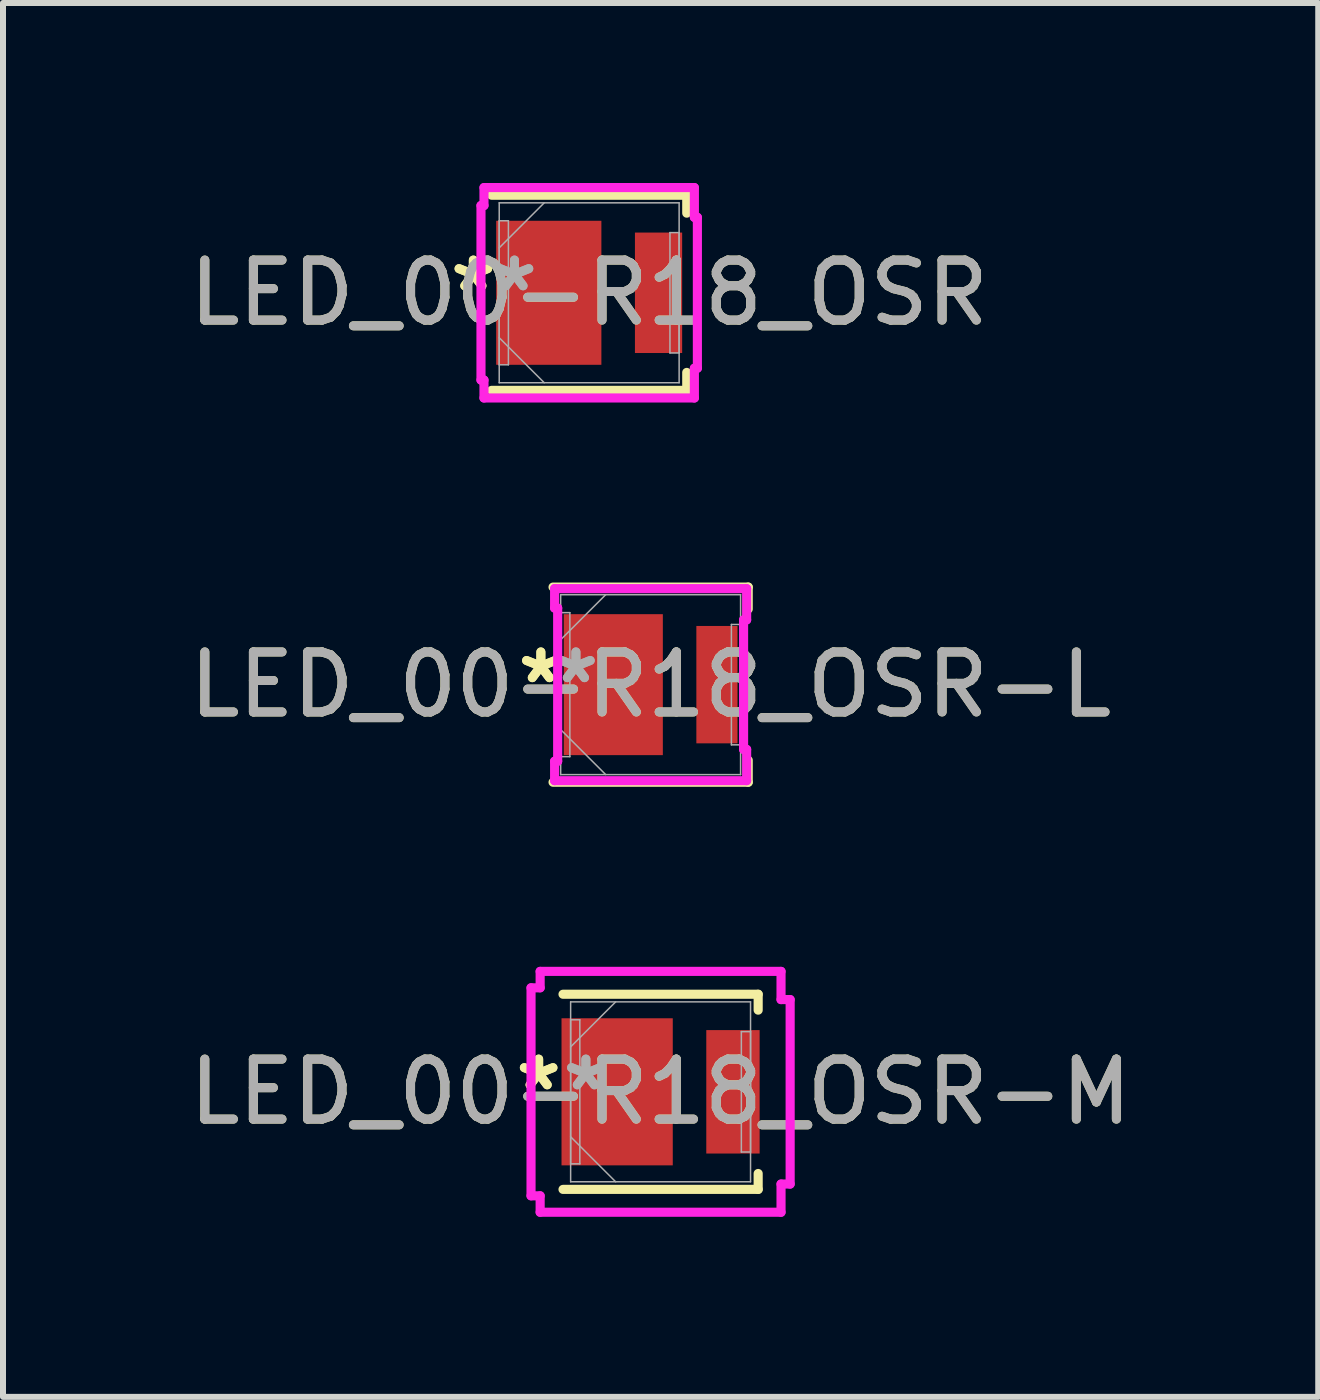
<source format=kicad_pcb>
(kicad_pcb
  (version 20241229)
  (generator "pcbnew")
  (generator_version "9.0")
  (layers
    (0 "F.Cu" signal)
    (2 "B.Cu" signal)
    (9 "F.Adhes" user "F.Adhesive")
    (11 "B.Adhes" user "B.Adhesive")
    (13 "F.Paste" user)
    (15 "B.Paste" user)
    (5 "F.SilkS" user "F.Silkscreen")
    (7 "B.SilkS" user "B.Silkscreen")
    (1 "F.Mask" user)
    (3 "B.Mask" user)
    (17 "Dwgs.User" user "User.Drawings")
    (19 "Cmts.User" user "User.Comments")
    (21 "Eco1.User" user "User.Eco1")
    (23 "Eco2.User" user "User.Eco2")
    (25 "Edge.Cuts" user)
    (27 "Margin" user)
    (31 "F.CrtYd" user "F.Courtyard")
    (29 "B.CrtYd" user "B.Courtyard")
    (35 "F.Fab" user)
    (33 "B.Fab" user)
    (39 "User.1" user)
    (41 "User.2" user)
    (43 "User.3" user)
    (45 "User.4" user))
  (footprint "LED_00-R18_OSR"
    (layer "F.Cu")
    (at 6.768 1.829)
    (property "Reference" "LED_00-R18_OSR" (at 0 0 0) (unlocked yes) (layer "F.SilkS") (effects (font (size 1 1) (thickness 0.15))))
    (attr smd)
    (fp_line (start -1.626 1.626) (end 1.626 1.626) (stroke (width 0.152) (type solid)) (layer "F.SilkS"))
    (fp_line (start 1.626 -1.626) (end -1.626 -1.626) (stroke (width 0.152) (type solid)) (layer "F.SilkS"))
    (fp_line (start 1.626 -1.327) (end 1.626 -1.626) (stroke (width 0.152) (type solid)) (layer "F.SilkS"))
    (fp_line (start 1.626 1.626) (end 1.626 1.327) (stroke (width 0.152) (type solid)) (layer "F.SilkS"))
    (fp_line (start -1.803 -1.454) (end -1.753 -1.454) (stroke (width 0.152) (type solid)) (layer "F.CrtYd"))
    (fp_line (start -1.803 1.454) (end -1.803 -1.454) (stroke (width 0.152) (type solid)) (layer "F.CrtYd"))
    (fp_line (start -1.753 -1.753) (end 1.753 -1.753) (stroke (width 0.152) (type solid)) (layer "F.CrtYd"))
    (fp_line (start -1.753 -1.454) (end -1.753 -1.753) (stroke (width 0.152) (type solid)) (layer "F.CrtYd"))
    (fp_line (start -1.753 1.454) (end -1.803 1.454) (stroke (width 0.152) (type solid)) (layer "F.CrtYd"))
    (fp_line (start -1.753 1.753) (end -1.753 1.454) (stroke (width 0.152) (type solid)) (layer "F.CrtYd"))
    (fp_line (start 1.753 -1.753) (end 1.753 -1.257) (stroke (width 0.152) (type solid)) (layer "F.CrtYd"))
    (fp_line (start 1.753 -1.257) (end 1.803 -1.257) (stroke (width 0.152) (type solid)) (layer "F.CrtYd"))
    (fp_line (start 1.753 1.257) (end 1.753 1.753) (stroke (width 0.152) (type solid)) (layer "F.CrtYd"))
    (fp_line (start 1.753 1.753) (end -1.753 1.753) (stroke (width 0.152) (type solid)) (layer "F.CrtYd"))
    (fp_line (start 1.803 -1.257) (end 1.803 1.257) (stroke (width 0.152) (type solid)) (layer "F.CrtYd"))
    (fp_line (start 1.803 1.257) (end 1.753 1.257) (stroke (width 0.152) (type solid)) (layer "F.CrtYd"))
    (fp_line (start -1.499 -1.499) (end -1.499 1.499) (stroke (width 0.025) (type solid)) (layer "F.Fab"))
    (fp_line (start -1.499 -1.2) (end -1.346 -1.2) (stroke (width 0.025) (type solid)) (layer "F.Fab"))
    (fp_line (start -1.499 -0.749) (end -0.749 -1.499) (stroke (width 0.025) (type solid)) (layer "F.Fab"))
    (fp_line (start -1.499 0.749) (end -0.749 1.499) (stroke (width 0.025) (type solid)) (layer "F.Fab"))
    (fp_line (start -1.499 1.2) (end -1.499 -1.2) (stroke (width 0.025) (type solid)) (layer "F.Fab"))
    (fp_line (start -1.499 1.499) (end 1.499 1.499) (stroke (width 0.025) (type solid)) (layer "F.Fab"))
    (fp_line (start -1.346 -1.2) (end -1.346 1.2) (stroke (width 0.025) (type solid)) (layer "F.Fab"))
    (fp_line (start -1.346 1.2) (end -1.499 1.2) (stroke (width 0.025) (type solid)) (layer "F.Fab"))
    (fp_line (start 1.346 -1.003) (end 1.499 -1.003) (stroke (width 0.025) (type solid)) (layer "F.Fab"))
    (fp_line (start 1.346 1.003) (end 1.346 -1.003) (stroke (width 0.025) (type solid)) (layer "F.Fab"))
    (fp_line (start 1.499 -1.499) (end -1.499 -1.499) (stroke (width 0.025) (type solid)) (layer "F.Fab"))
    (fp_line (start 1.499 -1.003) (end 1.499 1.003) (stroke (width 0.025) (type solid)) (layer "F.Fab"))
    (fp_line (start 1.499 1.003) (end 1.346 1.003) (stroke (width 0.025) (type solid)) (layer "F.Fab"))
    (fp_line (start 1.499 1.499) (end 1.499 -1.499) (stroke (width 0.025) (type solid)) (layer "F.Fab"))
    (fp_text user "*" (at -1.93 0 0) (layer "F.SilkS") (effects (font (size 1 1) (thickness 0.15))))
    (fp_text user "*" (at -1.93 0 0) (unlocked yes) (layer "F.SilkS") (effects (font (size 1 1) (thickness 0.15))))
    (fp_text user "${REFERENCE}" (at 0 0 0) (unlocked yes) (layer "F.Fab") (effects (font (size 1 1) (thickness 0.15))))
    (fp_text user "*" (at -1.245 0 0) (layer "F.Fab") (effects (font (size 1 1) (thickness 0.15))))
    (fp_text user "*" (at -1.245 0 0) (unlocked yes) (layer "F.Fab") (effects (font (size 1 1) (thickness 0.15))))
    (pad "1" smd rect (at -0.673 0) (size 1.753 2.4) (layers "F.Cu" "F.Mask" "F.Paste"))
    (pad "2" smd rect (at 1.156 0) (size 0.787 2.007) (layers "F.Cu" "F.Mask" "F.Paste"))
    (zone (net_name "") (layer "F.Cu") (hatch full 0.508) (connect_pads) (min_thickness 0.254) (filled_areas_thickness no) (keepout (tracks not_allowed) (vias not_allowed) (pads allowed) (copperpour not_allowed) (footprints allowed)) (placement (enabled no)) (fill) (polygon (pts (xy 7.022 0.381) (xy 7.479 0.381) (xy 7.479 3.277) (xy 7.022 3.277)))))
  (footprint "LED_00-R18_OSR-M"
    (layer "F.Cu")
    (at 7.958 15.144)
    (property "Reference" "LED_00-R18_OSR-M" (at 0 0 0) (unlocked yes) (layer "F.SilkS") (effects (font (size 1 1) (thickness 0.15))))
    (attr smd)
    (fp_line (start -1.626 1.626) (end 1.626 1.626) (stroke (width 0.152) (type solid)) (layer "F.SilkS"))
    (fp_line (start 1.626 -1.626) (end -1.626 -1.626) (stroke (width 0.152) (type solid)) (layer "F.SilkS"))
    (fp_line (start 1.626 -1.361) (end 1.626 -1.626) (stroke (width 0.152) (type solid)) (layer "F.SilkS"))
    (fp_line (start 1.626 1.626) (end 1.626 1.361) (stroke (width 0.152) (type solid)) (layer "F.SilkS"))
    (fp_line (start -2.159 -1.733) (end -2.007 -1.733) (stroke (width 0.152) (type solid)) (layer "F.CrtYd"))
    (fp_line (start -2.159 1.733) (end -2.159 -1.733) (stroke (width 0.152) (type solid)) (layer "F.CrtYd"))
    (fp_line (start -2.007 -2.007) (end 2.007 -2.007) (stroke (width 0.152) (type solid)) (layer "F.CrtYd"))
    (fp_line (start -2.007 -1.733) (end -2.007 -2.007) (stroke (width 0.152) (type solid)) (layer "F.CrtYd"))
    (fp_line (start -2.007 1.733) (end -2.159 1.733) (stroke (width 0.152) (type solid)) (layer "F.CrtYd"))
    (fp_line (start -2.007 2.007) (end -2.007 1.733) (stroke (width 0.152) (type solid)) (layer "F.CrtYd"))
    (fp_line (start 2.007 -2.007) (end 2.007 -1.537) (stroke (width 0.152) (type solid)) (layer "F.CrtYd"))
    (fp_line (start 2.007 -1.537) (end 2.159 -1.537) (stroke (width 0.152) (type solid)) (layer "F.CrtYd"))
    (fp_line (start 2.007 1.537) (end 2.007 2.007) (stroke (width 0.152) (type solid)) (layer "F.CrtYd"))
    (fp_line (start 2.007 2.007) (end -2.007 2.007) (stroke (width 0.152) (type solid)) (layer "F.CrtYd"))
    (fp_line (start 2.159 -1.537) (end 2.159 1.537) (stroke (width 0.152) (type solid)) (layer "F.CrtYd"))
    (fp_line (start 2.159 1.537) (end 2.007 1.537) (stroke (width 0.152) (type solid)) (layer "F.CrtYd"))
    (fp_line (start -1.499 -1.499) (end -1.499 1.499) (stroke (width 0.025) (type solid)) (layer "F.Fab"))
    (fp_line (start -1.499 -1.2) (end -1.346 -1.2) (stroke (width 0.025) (type solid)) (layer "F.Fab"))
    (fp_line (start -1.499 -0.749) (end -0.749 -1.499) (stroke (width 0.025) (type solid)) (layer "F.Fab"))
    (fp_line (start -1.499 0.749) (end -0.749 1.499) (stroke (width 0.025) (type solid)) (layer "F.Fab"))
    (fp_line (start -1.499 1.2) (end -1.499 -1.2) (stroke (width 0.025) (type solid)) (layer "F.Fab"))
    (fp_line (start -1.499 1.499) (end 1.499 1.499) (stroke (width 0.025) (type solid)) (layer "F.Fab"))
    (fp_line (start -1.346 -1.2) (end -1.346 1.2) (stroke (width 0.025) (type solid)) (layer "F.Fab"))
    (fp_line (start -1.346 1.2) (end -1.499 1.2) (stroke (width 0.025) (type solid)) (layer "F.Fab"))
    (fp_line (start 1.346 -1.003) (end 1.499 -1.003) (stroke (width 0.025) (type solid)) (layer "F.Fab"))
    (fp_line (start 1.346 1.003) (end 1.346 -1.003) (stroke (width 0.025) (type solid)) (layer "F.Fab"))
    (fp_line (start 1.499 -1.499) (end -1.499 -1.499) (stroke (width 0.025) (type solid)) (layer "F.Fab"))
    (fp_line (start 1.499 -1.003) (end 1.499 1.003) (stroke (width 0.025) (type solid)) (layer "F.Fab"))
    (fp_line (start 1.499 1.003) (end 1.346 1.003) (stroke (width 0.025) (type solid)) (layer "F.Fab"))
    (fp_line (start 1.499 1.499) (end 1.499 -1.499) (stroke (width 0.025) (type solid)) (layer "F.Fab"))
    (fp_text user "*" (at -2.032 0 0) (unlocked yes) (layer "F.SilkS") (effects (font (size 1 1) (thickness 0.15))))
    (fp_text user "*" (at -2.032 0 0) (layer "F.SilkS") (effects (font (size 1 1) (thickness 0.15))))
    (fp_text user "*" (at -1.245 0 0) (layer "F.Fab") (effects (font (size 1 1) (thickness 0.15))))
    (fp_text user "${REFERENCE}" (at 0 0 0) (unlocked yes) (layer "F.Fab") (effects (font (size 1 1) (thickness 0.15))))
    (fp_text user "*" (at -1.245 0 0) (unlocked yes) (layer "F.Fab") (effects (font (size 1 1) (thickness 0.15))))
    (pad "1" smd rect (at -0.724 0) (size 1.854 2.451) (layers "F.Cu" "F.Mask" "F.Paste"))
    (pad "2" smd rect (at 1.206 0) (size 0.889 2.057) (layers "F.Cu" "F.Mask" "F.Paste"))
    (zone (net_name "") (layer "F.Cu") (hatch full 0.508) (connect_pads) (min_thickness 0.254) (filled_areas_thickness no) (keepout (tracks not_allowed) (vias not_allowed) (pads allowed) (copperpour not_allowed) (footprints allowed)) (placement (enabled no)) (fill) (polygon (pts (xy 8.212 13.696) (xy 8.67 13.696) (xy 8.67 16.592) (xy 8.212 16.592)))))
  (footprint "LED_00-R18_OSR-L"
    (layer "F.Cu")
    (at 7.792 8.359)
    (property "Reference" "LED_00-R18_OSR-L" (at 0 0 0) (unlocked yes) (layer "F.SilkS") (effects (font (size 1 1) (thickness 0.15))))
    (attr smd)
    (fp_line (start -1.626 1.626) (end 1.626 1.626) (stroke (width 0.152) (type solid)) (layer "F.SilkS"))
    (fp_line (start 1.626 -1.626) (end -1.626 -1.626) (stroke (width 0.152) (type solid)) (layer "F.SilkS"))
    (fp_line (start 1.626 -1.259) (end 1.626 -1.626) (stroke (width 0.152) (type solid)) (layer "F.SilkS"))
    (fp_line (start 1.626 1.626) (end 1.626 1.259) (stroke (width 0.152) (type solid)) (layer "F.SilkS"))
    (fp_line (start -1.6 -1.6) (end 1.6 -1.6) (stroke (width 0.152) (type solid)) (layer "F.CrtYd"))
    (fp_line (start -1.6 -1.276) (end -1.6 -1.6) (stroke (width 0.152) (type solid)) (layer "F.CrtYd"))
    (fp_line (start -1.6 1.276) (end -1.549 1.276) (stroke (width 0.152) (type solid)) (layer "F.CrtYd"))
    (fp_line (start -1.6 1.6) (end -1.6 1.276) (stroke (width 0.152) (type solid)) (layer "F.CrtYd"))
    (fp_line (start -1.549 -1.276) (end -1.6 -1.276) (stroke (width 0.152) (type solid)) (layer "F.CrtYd"))
    (fp_line (start -1.549 1.276) (end -1.549 -1.276) (stroke (width 0.152) (type solid)) (layer "F.CrtYd"))
    (fp_line (start 1.549 -1.079) (end 1.549 1.079) (stroke (width 0.152) (type solid)) (layer "F.CrtYd"))
    (fp_line (start 1.549 1.079) (end 1.6 1.079) (stroke (width 0.152) (type solid)) (layer "F.CrtYd"))
    (fp_line (start 1.6 -1.6) (end 1.6 -1.079) (stroke (width 0.152) (type solid)) (layer "F.CrtYd"))
    (fp_line (start 1.6 -1.079) (end 1.549 -1.079) (stroke (width 0.152) (type solid)) (layer "F.CrtYd"))
    (fp_line (start 1.6 1.079) (end 1.6 1.6) (stroke (width 0.152) (type solid)) (layer "F.CrtYd"))
    (fp_line (start 1.6 1.6) (end -1.6 1.6) (stroke (width 0.152) (type solid)) (layer "F.CrtYd"))
    (fp_line (start -1.499 -1.499) (end -1.499 1.499) (stroke (width 0.025) (type solid)) (layer "F.Fab"))
    (fp_line (start -1.499 -1.2) (end -1.346 -1.2) (stroke (width 0.025) (type solid)) (layer "F.Fab"))
    (fp_line (start -1.499 -0.749) (end -0.749 -1.499) (stroke (width 0.025) (type solid)) (layer "F.Fab"))
    (fp_line (start -1.499 0.749) (end -0.749 1.499) (stroke (width 0.025) (type solid)) (layer "F.Fab"))
    (fp_line (start -1.499 1.2) (end -1.499 -1.2) (stroke (width 0.025) (type solid)) (layer "F.Fab"))
    (fp_line (start -1.499 1.499) (end 1.499 1.499) (stroke (width 0.025) (type solid)) (layer "F.Fab"))
    (fp_line (start -1.346 -1.2) (end -1.346 1.2) (stroke (width 0.025) (type solid)) (layer "F.Fab"))
    (fp_line (start -1.346 1.2) (end -1.499 1.2) (stroke (width 0.025) (type solid)) (layer "F.Fab"))
    (fp_line (start 1.346 -1.003) (end 1.499 -1.003) (stroke (width 0.025) (type solid)) (layer "F.Fab"))
    (fp_line (start 1.346 1.003) (end 1.346 -1.003) (stroke (width 0.025) (type solid)) (layer "F.Fab"))
    (fp_line (start 1.499 -1.499) (end -1.499 -1.499) (stroke (width 0.025) (type solid)) (layer "F.Fab"))
    (fp_line (start 1.499 -1.003) (end 1.499 1.003) (stroke (width 0.025) (type solid)) (layer "F.Fab"))
    (fp_line (start 1.499 1.003) (end 1.346 1.003) (stroke (width 0.025) (type solid)) (layer "F.Fab"))
    (fp_line (start 1.499 1.499) (end 1.499 -1.499) (stroke (width 0.025) (type solid)) (layer "F.Fab"))
    (fp_text user "*" (at -1.829 0 0) (unlocked yes) (layer "F.SilkS") (effects (font (size 1 1) (thickness 0.15))))
    (fp_text user "*" (at -1.829 0 0) (layer "F.SilkS") (effects (font (size 1 1) (thickness 0.15))))
    (fp_text user "*" (at -1.245 0 0) (unlocked yes) (layer "F.Fab") (effects (font (size 1 1) (thickness 0.15))))
    (fp_text user "*" (at -1.245 0 0) (layer "F.Fab") (effects (font (size 1 1) (thickness 0.15))))
    (fp_text user "${REFERENCE}" (at 0 0 0) (unlocked yes) (layer "F.Fab") (effects (font (size 1 1) (thickness 0.15))))
    (pad "1" smd rect (at -0.622 0) (size 1.651 2.349) (layers "F.Cu" "F.Mask" "F.Paste"))
    (pad "2" smd rect (at 1.105 0) (size 0.686 1.956) (layers "F.Cu" "F.Mask" "F.Paste"))
    (zone (net_name "") (layer "F.Cu") (hatch full 0.508) (connect_pads) (min_thickness 0.254) (filled_areas_thickness no) (keepout (tracks not_allowed) (vias not_allowed) (pads allowed) (copperpour not_allowed) (footprints allowed)) (placement (enabled no)) (fill) (polygon (pts (xy 8.046 6.912) (xy 8.503 6.912) (xy 8.503 9.807) (xy 8.046 9.807)))))
  (gr_rect
    (start -3 -3)
    (end 18.917 20.227)
    (stroke (width 0.1) (type default))
    (fill no)
    (layer "Edge.Cuts")))
</source>
